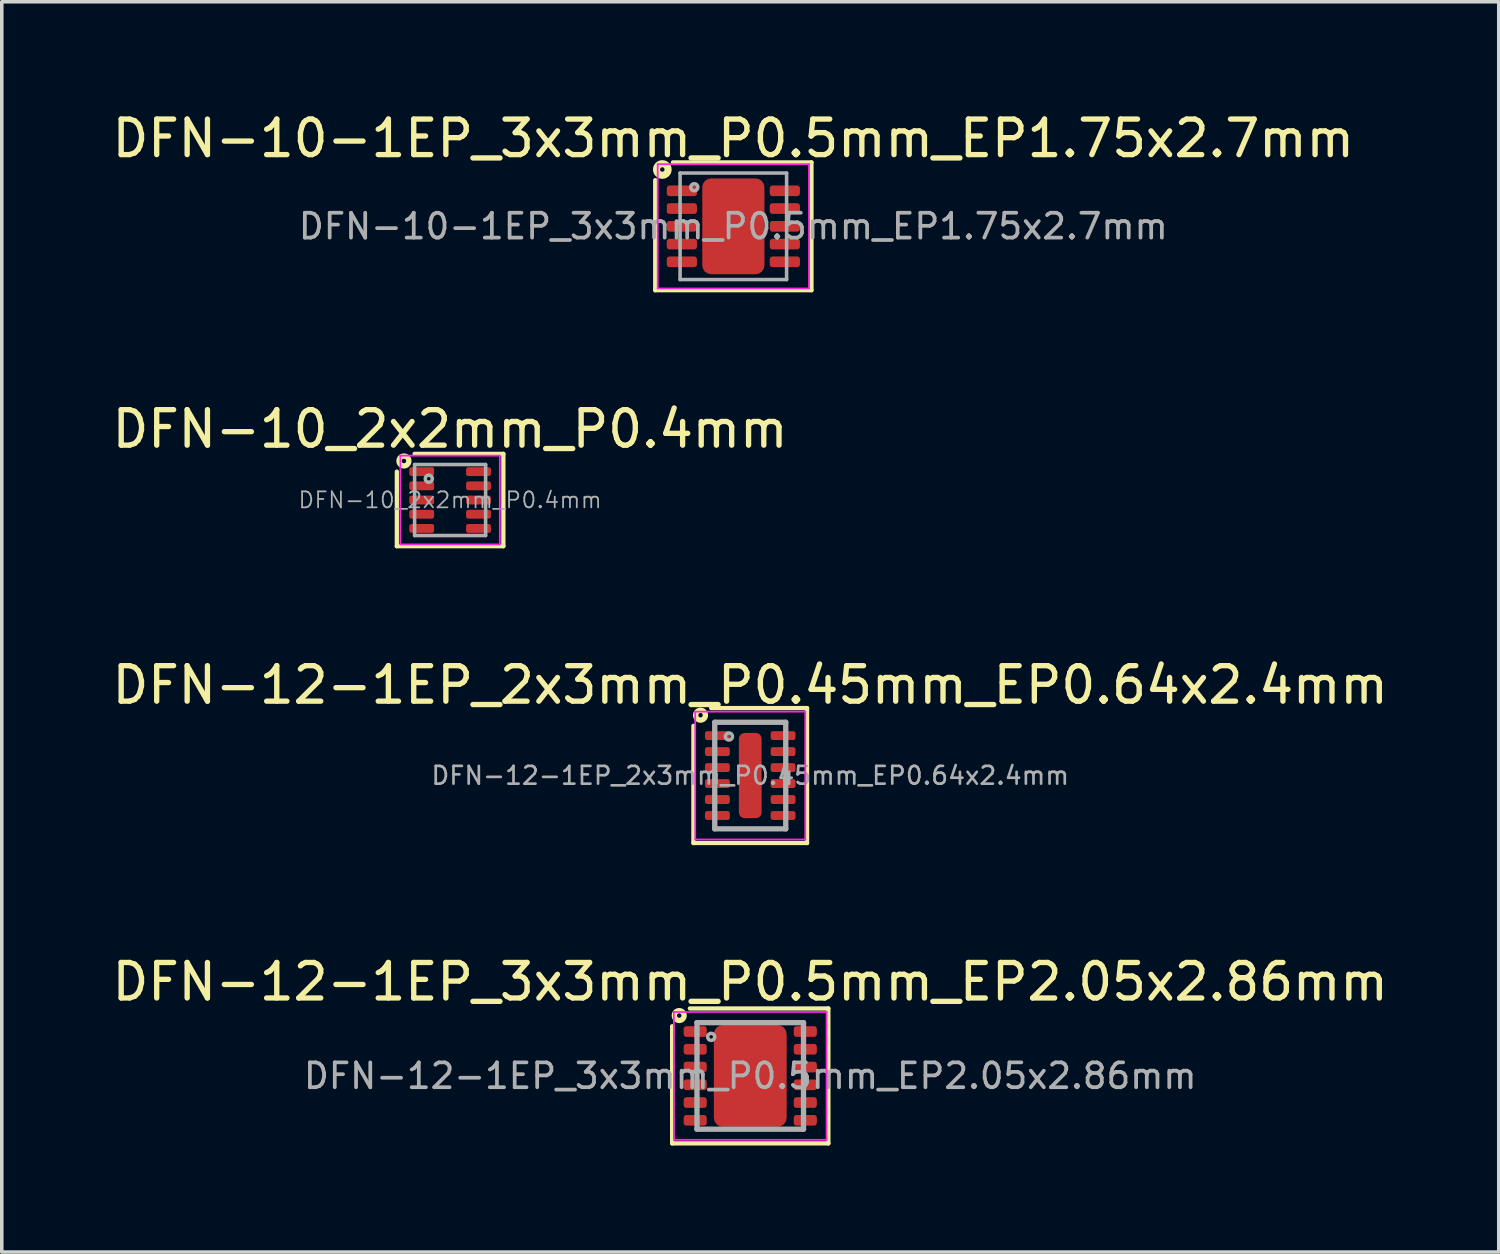
<source format=kicad_pcb>
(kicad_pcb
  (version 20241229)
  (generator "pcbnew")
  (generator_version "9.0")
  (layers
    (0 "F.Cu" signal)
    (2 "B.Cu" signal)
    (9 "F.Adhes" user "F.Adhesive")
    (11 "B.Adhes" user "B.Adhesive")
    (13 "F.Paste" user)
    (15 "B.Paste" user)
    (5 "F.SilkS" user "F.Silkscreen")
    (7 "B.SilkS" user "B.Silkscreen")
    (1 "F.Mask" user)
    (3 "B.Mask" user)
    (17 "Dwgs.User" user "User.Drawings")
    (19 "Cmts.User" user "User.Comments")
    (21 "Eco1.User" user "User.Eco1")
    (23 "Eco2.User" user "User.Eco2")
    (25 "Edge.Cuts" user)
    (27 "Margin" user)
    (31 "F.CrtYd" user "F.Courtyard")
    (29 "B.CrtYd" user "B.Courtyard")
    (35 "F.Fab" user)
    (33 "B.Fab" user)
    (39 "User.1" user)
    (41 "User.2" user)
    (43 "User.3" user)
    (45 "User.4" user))
  (footprint "DFN-10-1EP_3x3mm_P0.5mm_EP1.75x2.7mm"
    (layer "F.Cu")
    (at 17.601 3.323)
    (property "Reference" "DFN-10-1EP_3x3mm_P0.5mm_EP1.75x2.7mm" (at 0 -2.475 0) (layer "F.SilkS") (effects (font (size 1 1) (thickness 0.15))))
    (attr smd)
    (fp_line (start -2.2 1.8) (end -2.2 -1.3) (stroke (width 0.12) (type solid)) (layer "F.SilkS"))
    (fp_line (start -1.7 -1.8) (end 2.2 -1.8) (stroke (width 0.12) (type solid)) (layer "F.SilkS"))
    (fp_line (start 2.2 -1.8) (end 2.2 1.8) (stroke (width 0.12) (type solid)) (layer "F.SilkS"))
    (fp_line (start 2.2 1.8) (end -2.2 1.8) (stroke (width 0.12) (type solid)) (layer "F.SilkS"))
    (fp_circle (center -2 -1.6) (end -1.937 -1.6) (stroke (width 0.2) (type solid)) (fill no) (layer "F.SilkS"))
    (fp_line (start -2.13 -1.75) (end -2.13 1.75) (stroke (width 0.05) (type solid)) (layer "F.CrtYd"))
    (fp_line (start -2.13 -1.75) (end 2.13 -1.75) (stroke (width 0.05) (type solid)) (layer "F.CrtYd"))
    (fp_line (start -2.13 1.75) (end 2.13 1.75) (stroke (width 0.05) (type solid)) (layer "F.CrtYd"))
    (fp_line (start 2.13 -1.75) (end 2.13 1.75) (stroke (width 0.05) (type solid)) (layer "F.CrtYd"))
    (fp_line (start -1.5 -1.5) (end 1.5 -1.5) (stroke (width 0.1) (type solid)) (layer "F.Fab"))
    (fp_line (start -1.5 1.5) (end -1.5 -1.5) (stroke (width 0.1) (type solid)) (layer "F.Fab"))
    (fp_line (start 1.5 -1.5) (end 1.5 1.5) (stroke (width 0.1) (type solid)) (layer "F.Fab"))
    (fp_line (start 1.5 1.5) (end -1.5 1.5) (stroke (width 0.1) (type solid)) (layer "F.Fab"))
    (fp_circle (center -1.1 -1.1) (end -1 -1.1) (stroke (width 0.1) (type solid)) (fill no) (layer "F.Fab"))
    (fp_text user "${REFERENCE}" (at 0 0 0) (layer "F.Fab") (effects (font (size 0.7 0.7) (thickness 0.105))))
    (pad "" smd roundrect (at -0.388 -0.62) (size 0.6 1.05) (layers "F.Paste") (roundrect_rratio 0.25))
    (pad "" smd roundrect (at -0.388 0.62) (size 0.6 1.05) (layers "F.Paste") (roundrect_rratio 0.25))
    (pad "" smd roundrect (at 0.388 -0.62) (size 0.6 1.05) (layers "F.Paste") (roundrect_rratio 0.25))
    (pad "" smd roundrect (at 0.388 0.62) (size 0.6 1.05) (layers "F.Paste") (roundrect_rratio 0.25))
    (pad "1" smd roundrect (at -1.45 -1) (size 0.85 0.3) (layers "F.Cu" "F.Mask" "F.Paste") (roundrect_rratio 0.25))
    (pad "2" smd roundrect (at -1.45 -0.5) (size 0.85 0.3) (layers "F.Cu" "F.Mask" "F.Paste") (roundrect_rratio 0.25))
    (pad "3" smd roundrect (at -1.45 0) (size 0.85 0.3) (layers "F.Cu" "F.Mask" "F.Paste") (roundrect_rratio 0.25))
    (pad "4" smd roundrect (at -1.45 0.5) (size 0.85 0.3) (layers "F.Cu" "F.Mask" "F.Paste") (roundrect_rratio 0.25))
    (pad "5" smd roundrect (at -1.45 1) (size 0.85 0.3) (layers "F.Cu" "F.Mask" "F.Paste") (roundrect_rratio 0.25))
    (pad "6" smd roundrect (at 1.45 1) (size 0.85 0.3) (layers "F.Cu" "F.Mask" "F.Paste") (roundrect_rratio 0.25))
    (pad "7" smd roundrect (at 1.45 0.5) (size 0.85 0.3) (layers "F.Cu" "F.Mask" "F.Paste") (roundrect_rratio 0.25))
    (pad "8" smd roundrect (at 1.45 0) (size 0.85 0.3) (layers "F.Cu" "F.Mask" "F.Paste") (roundrect_rratio 0.25))
    (pad "9" smd roundrect (at 1.45 -0.5) (size 0.85 0.3) (layers "F.Cu" "F.Mask" "F.Paste") (roundrect_rratio 0.25))
    (pad "10" smd roundrect (at 1.45 -1) (size 0.85 0.3) (layers "F.Cu" "F.Mask" "F.Paste") (roundrect_rratio 0.25))
    (pad "11" smd roundrect (at 0 0) (size 1.75 2.7) (layers "F.Cu" "F.Mask") (roundrect_rratio 0.143)))
  (footprint "DFN-12-1EP_2x3mm_P0.45mm_EP0.64x2.4mm"
    (layer "F.Cu")
    (at 18.077 18.79)
    (property "Reference" "DFN-12-1EP_2x3mm_P0.45mm_EP0.64x2.4mm" (at 0 -2.55 0) (layer "F.SilkS") (effects (font (size 1 1) (thickness 0.15))))
    (attr smd)
    (fp_line (start -1.6 1.9) (end -1.6 -1.4) (stroke (width 0.12) (type solid)) (layer "F.SilkS"))
    (fp_line (start -1.1 -1.9) (end 1.6 -1.9) (stroke (width 0.12) (type solid)) (layer "F.SilkS"))
    (fp_line (start 1.6 -1.9) (end 1.6 1.9) (stroke (width 0.12) (type solid)) (layer "F.SilkS"))
    (fp_line (start 1.6 1.9) (end -1.6 1.9) (stroke (width 0.12) (type solid)) (layer "F.SilkS"))
    (fp_circle (center -1.4 -1.7) (end -1.337 -1.7) (stroke (width 0.15) (type solid)) (fill no) (layer "F.SilkS"))
    (fp_line (start -1.55 -1.8) (end -1.55 1.8) (stroke (width 0.05) (type solid)) (layer "F.CrtYd"))
    (fp_line (start -1.55 -1.8) (end 1.55 -1.8) (stroke (width 0.05) (type solid)) (layer "F.CrtYd"))
    (fp_line (start -1.55 1.8) (end 1.55 1.8) (stroke (width 0.05) (type solid)) (layer "F.CrtYd"))
    (fp_line (start 1.55 -1.8) (end 1.55 1.8) (stroke (width 0.05) (type solid)) (layer "F.CrtYd"))
    (fp_line (start -1 -1.5) (end 1 -1.5) (stroke (width 0.15) (type solid)) (layer "F.Fab"))
    (fp_line (start -1 1.5) (end -1 -1.5) (stroke (width 0.15) (type solid)) (layer "F.Fab"))
    (fp_line (start 1 -1.5) (end 1 1.5) (stroke (width 0.15) (type solid)) (layer "F.Fab"))
    (fp_line (start 1 1.5) (end -1 1.5) (stroke (width 0.15) (type solid)) (layer "F.Fab"))
    (fp_circle (center -0.6 -1.1) (end -0.5 -1.1) (stroke (width 0.1) (type solid)) (fill no) (layer "F.Fab"))
    (fp_text user "${REFERENCE}" (at 0 0 0) (layer "F.Fab") (effects (font (size 0.5 0.5) (thickness 0.075))))
    (pad "" smd roundrect (at 0 -0.6) (size 0.5 1) (layers "F.Paste") (roundrect_rratio 0.25))
    (pad "" smd roundrect (at 0 0.6) (size 0.5 1) (layers "F.Paste") (roundrect_rratio 0.25))
    (pad "1" smd roundrect (at -0.925 -1.125) (size 0.7 0.25) (layers "F.Cu" "F.Mask" "F.Paste") (roundrect_rratio 0.25))
    (pad "2" smd roundrect (at -0.925 -0.675) (size 0.7 0.25) (layers "F.Cu" "F.Mask" "F.Paste") (roundrect_rratio 0.25))
    (pad "3" smd roundrect (at -0.925 -0.225) (size 0.7 0.25) (layers "F.Cu" "F.Mask" "F.Paste") (roundrect_rratio 0.25))
    (pad "4" smd roundrect (at -0.925 0.225) (size 0.7 0.25) (layers "F.Cu" "F.Mask" "F.Paste") (roundrect_rratio 0.25))
    (pad "5" smd roundrect (at -0.925 0.675) (size 0.7 0.25) (layers "F.Cu" "F.Mask" "F.Paste") (roundrect_rratio 0.25))
    (pad "6" smd roundrect (at -0.925 1.125) (size 0.7 0.25) (layers "F.Cu" "F.Mask" "F.Paste") (roundrect_rratio 0.25))
    (pad "7" smd roundrect (at 0.925 1.125) (size 0.7 0.25) (layers "F.Cu" "F.Mask" "F.Paste") (roundrect_rratio 0.25))
    (pad "8" smd roundrect (at 0.925 0.675) (size 0.7 0.25) (layers "F.Cu" "F.Mask" "F.Paste") (roundrect_rratio 0.25))
    (pad "9" smd roundrect (at 0.925 0.225) (size 0.7 0.25) (layers "F.Cu" "F.Mask" "F.Paste") (roundrect_rratio 0.25))
    (pad "10" smd roundrect (at 0.925 -0.225) (size 0.7 0.25) (layers "F.Cu" "F.Mask" "F.Paste") (roundrect_rratio 0.25))
    (pad "11" smd roundrect (at 0.925 -0.675) (size 0.7 0.25) (layers "F.Cu" "F.Mask" "F.Paste") (roundrect_rratio 0.25))
    (pad "12" smd roundrect (at 0.925 -1.125) (size 0.7 0.25) (layers "F.Cu" "F.Mask" "F.Paste") (roundrect_rratio 0.25))
    (pad "13" smd roundrect (at 0 0) (size 0.64 2.4) (layers "F.Cu" "F.Mask") (roundrect_rratio 0.25)))
  (footprint "DFN-10_2x2mm_P0.4mm"
    (layer "F.Cu")
    (at 9.625 11.031)
    (property "Reference" "DFN-10_2x2mm_P0.4mm" (at 0 -2 0) (layer "F.SilkS") (effects (font (size 1 1) (thickness 0.15))))
    (attr smd)
    (fp_line (start -1.5 1.3) (end -1.5 -0.8) (stroke (width 0.12) (type solid)) (layer "F.SilkS"))
    (fp_line (start -1 -1.3) (end 1.5 -1.3) (stroke (width 0.12) (type solid)) (layer "F.SilkS"))
    (fp_line (start 1.5 -1.3) (end 1.5 1.3) (stroke (width 0.12) (type solid)) (layer "F.SilkS"))
    (fp_line (start 1.5 1.3) (end -1.5 1.3) (stroke (width 0.12) (type solid)) (layer "F.SilkS"))
    (fp_circle (center -1.3 -1.1) (end -1.236 -1.1) (stroke (width 0.15) (type solid)) (fill no) (layer "F.SilkS"))
    (fp_line (start -1.4 1.25) (end -1.4 -1.25) (stroke (width 0.05) (type solid)) (layer "F.CrtYd"))
    (fp_line (start -1.4 1.25) (end 1.4 1.25) (stroke (width 0.05) (type solid)) (layer "F.CrtYd"))
    (fp_line (start 1.4 -1.25) (end -1.4 -1.25) (stroke (width 0.05) (type solid)) (layer "F.CrtYd"))
    (fp_line (start 1.4 -1.25) (end 1.4 1.25) (stroke (width 0.05) (type solid)) (layer "F.CrtYd"))
    (fp_line (start -1 -1) (end -1 1) (stroke (width 0.1) (type solid)) (layer "F.Fab"))
    (fp_line (start 1 -1) (end -1 -1) (stroke (width 0.1) (type solid)) (layer "F.Fab"))
    (fp_line (start 1 1) (end -1 1) (stroke (width 0.1) (type solid)) (layer "F.Fab"))
    (fp_line (start 1 1) (end 1 -1) (stroke (width 0.1) (type solid)) (layer "F.Fab"))
    (fp_circle (center -0.6 -0.6) (end -0.5 -0.6) (stroke (width 0.1) (type solid)) (fill no) (layer "F.Fab"))
    (fp_text user "${REFERENCE}" (at 0 0 0) (layer "F.Fab") (effects (font (size 0.45 0.45) (thickness 0.05))))
    (pad "1" smd roundrect (at -0.8 -0.8) (size 0.7 0.25) (layers "F.Cu" "F.Mask" "F.Paste") (roundrect_rratio 0.25))
    (pad "2" smd roundrect (at -0.8 -0.4) (size 0.7 0.25) (layers "F.Cu" "F.Mask" "F.Paste") (roundrect_rratio 0.25))
    (pad "3" smd roundrect (at -0.8 0) (size 0.7 0.25) (layers "F.Cu" "F.Mask" "F.Paste") (roundrect_rratio 0.25))
    (pad "4" smd roundrect (at -0.8 0.4) (size 0.7 0.25) (layers "F.Cu" "F.Mask" "F.Paste") (roundrect_rratio 0.25))
    (pad "5" smd roundrect (at -0.8 0.8) (size 0.7 0.25) (layers "F.Cu" "F.Mask" "F.Paste") (roundrect_rratio 0.25))
    (pad "6" smd roundrect (at 0.8 0.8) (size 0.7 0.25) (layers "F.Cu" "F.Mask" "F.Paste") (roundrect_rratio 0.25))
    (pad "7" smd roundrect (at 0.8 0.4) (size 0.7 0.25) (layers "F.Cu" "F.Mask" "F.Paste") (roundrect_rratio 0.25))
    (pad "8" smd roundrect (at 0.8 0) (size 0.7 0.25) (layers "F.Cu" "F.Mask" "F.Paste") (roundrect_rratio 0.25))
    (pad "9" smd roundrect (at 0.8 -0.4) (size 0.7 0.25) (layers "F.Cu" "F.Mask" "F.Paste") (roundrect_rratio 0.25))
    (pad "10" smd roundrect (at 0.8 -0.8) (size 0.7 0.25) (layers "F.Cu" "F.Mask" "F.Paste") (roundrect_rratio 0.25)))
  (footprint "DFN-12-1EP_3x3mm_P0.5mm_EP2.05x2.86mm"
    (layer "F.Cu")
    (at 18.077 27.248)
    (property "Reference" "DFN-12-1EP_3x3mm_P0.5mm_EP2.05x2.86mm" (at 0 -2.65 0) (layer "F.SilkS") (effects (font (size 1 1) (thickness 0.15))))
    (attr smd)
    (fp_line (start -2.2 1.9) (end -2.2 -1.4) (stroke (width 0.12) (type solid)) (layer "F.SilkS"))
    (fp_line (start -1.7 -1.9) (end 2.2 -1.9) (stroke (width 0.12) (type solid)) (layer "F.SilkS"))
    (fp_line (start 2.2 -1.9) (end 2.2 1.9) (stroke (width 0.12) (type solid)) (layer "F.SilkS"))
    (fp_line (start 2.2 1.9) (end -2.2 1.9) (stroke (width 0.12) (type solid)) (layer "F.SilkS"))
    (fp_circle (center -2 -1.7) (end -1.937 -1.7) (stroke (width 0.15) (type solid)) (fill no) (layer "F.SilkS"))
    (fp_line (start -2.15 -1.8) (end -2.15 1.8) (stroke (width 0.05) (type solid)) (layer "F.CrtYd"))
    (fp_line (start -2.15 -1.8) (end 2.15 -1.8) (stroke (width 0.05) (type solid)) (layer "F.CrtYd"))
    (fp_line (start -2.15 1.8) (end 2.15 1.8) (stroke (width 0.05) (type solid)) (layer "F.CrtYd"))
    (fp_line (start 2.15 -1.8) (end 2.15 1.8) (stroke (width 0.05) (type solid)) (layer "F.CrtYd"))
    (fp_line (start -1.5 -1.5) (end 1.5 -1.5) (stroke (width 0.15) (type solid)) (layer "F.Fab"))
    (fp_line (start -1.5 1.5) (end -1.5 -1.5) (stroke (width 0.15) (type solid)) (layer "F.Fab"))
    (fp_line (start 1.5 -1.5) (end 1.5 1.5) (stroke (width 0.15) (type solid)) (layer "F.Fab"))
    (fp_line (start 1.5 1.5) (end -1.5 1.5) (stroke (width 0.15) (type solid)) (layer "F.Fab"))
    (fp_circle (center -1.1 -1.1) (end -1 -1.1) (stroke (width 0.1) (type solid)) (fill no) (layer "F.Fab"))
    (fp_text user "${REFERENCE}" (at 0 0 0) (layer "F.Fab") (effects (font (size 0.7 0.7) (thickness 0.105))))
    (pad "" smd roundrect (at -0.512 -0.715) (size 0.8 1.2) (layers "F.Paste") (roundrect_rratio 0.25))
    (pad "" smd roundrect (at -0.512 0.715) (size 0.8 1.2) (layers "F.Paste") (roundrect_rratio 0.25))
    (pad "" smd roundrect (at 0.512 -0.715) (size 0.8 1.2) (layers "F.Paste") (roundrect_rratio 0.25))
    (pad "" smd roundrect (at 0.512 0.715) (size 0.8 1.2) (layers "F.Paste") (roundrect_rratio 0.25))
    (pad "1" smd roundrect (at -1.55 -1.25) (size 0.65 0.3) (layers "F.Cu" "F.Mask" "F.Paste") (roundrect_rratio 0.25))
    (pad "2" smd roundrect (at -1.55 -0.75) (size 0.65 0.3) (layers "F.Cu" "F.Mask" "F.Paste") (roundrect_rratio 0.25))
    (pad "3" smd roundrect (at -1.55 -0.25) (size 0.65 0.3) (layers "F.Cu" "F.Mask" "F.Paste") (roundrect_rratio 0.25))
    (pad "4" smd roundrect (at -1.55 0.25) (size 0.65 0.3) (layers "F.Cu" "F.Mask" "F.Paste") (roundrect_rratio 0.25))
    (pad "5" smd roundrect (at -1.55 0.75) (size 0.65 0.3) (layers "F.Cu" "F.Mask" "F.Paste") (roundrect_rratio 0.25))
    (pad "6" smd roundrect (at -1.55 1.25) (size 0.65 0.3) (layers "F.Cu" "F.Mask" "F.Paste") (roundrect_rratio 0.25))
    (pad "7" smd roundrect (at 1.55 1.25) (size 0.65 0.3) (layers "F.Cu" "F.Mask" "F.Paste") (roundrect_rratio 0.25))
    (pad "8" smd roundrect (at 1.55 0.75) (size 0.65 0.3) (layers "F.Cu" "F.Mask" "F.Paste") (roundrect_rratio 0.25))
    (pad "9" smd roundrect (at 1.55 0.25) (size 0.65 0.3) (layers "F.Cu" "F.Mask" "F.Paste") (roundrect_rratio 0.25))
    (pad "10" smd roundrect (at 1.55 -0.25) (size 0.65 0.3) (layers "F.Cu" "F.Mask" "F.Paste") (roundrect_rratio 0.25))
    (pad "11" smd roundrect (at 1.55 -0.75) (size 0.65 0.3) (layers "F.Cu" "F.Mask" "F.Paste") (roundrect_rratio 0.25))
    (pad "12" smd roundrect (at 1.55 -1.25) (size 0.65 0.3) (layers "F.Cu" "F.Mask" "F.Paste") (roundrect_rratio 0.25))
    (pad "13" smd roundrect (at 0 0) (size 2.05 2.86) (layers "F.Cu" "F.Mask") (roundrect_rratio 0.122)))
  (gr_rect
    (start -3 -3)
    (end 39.155 32.208)
    (stroke (width 0.1) (type default))
    (fill no)
    (layer "Edge.Cuts")))
</source>
